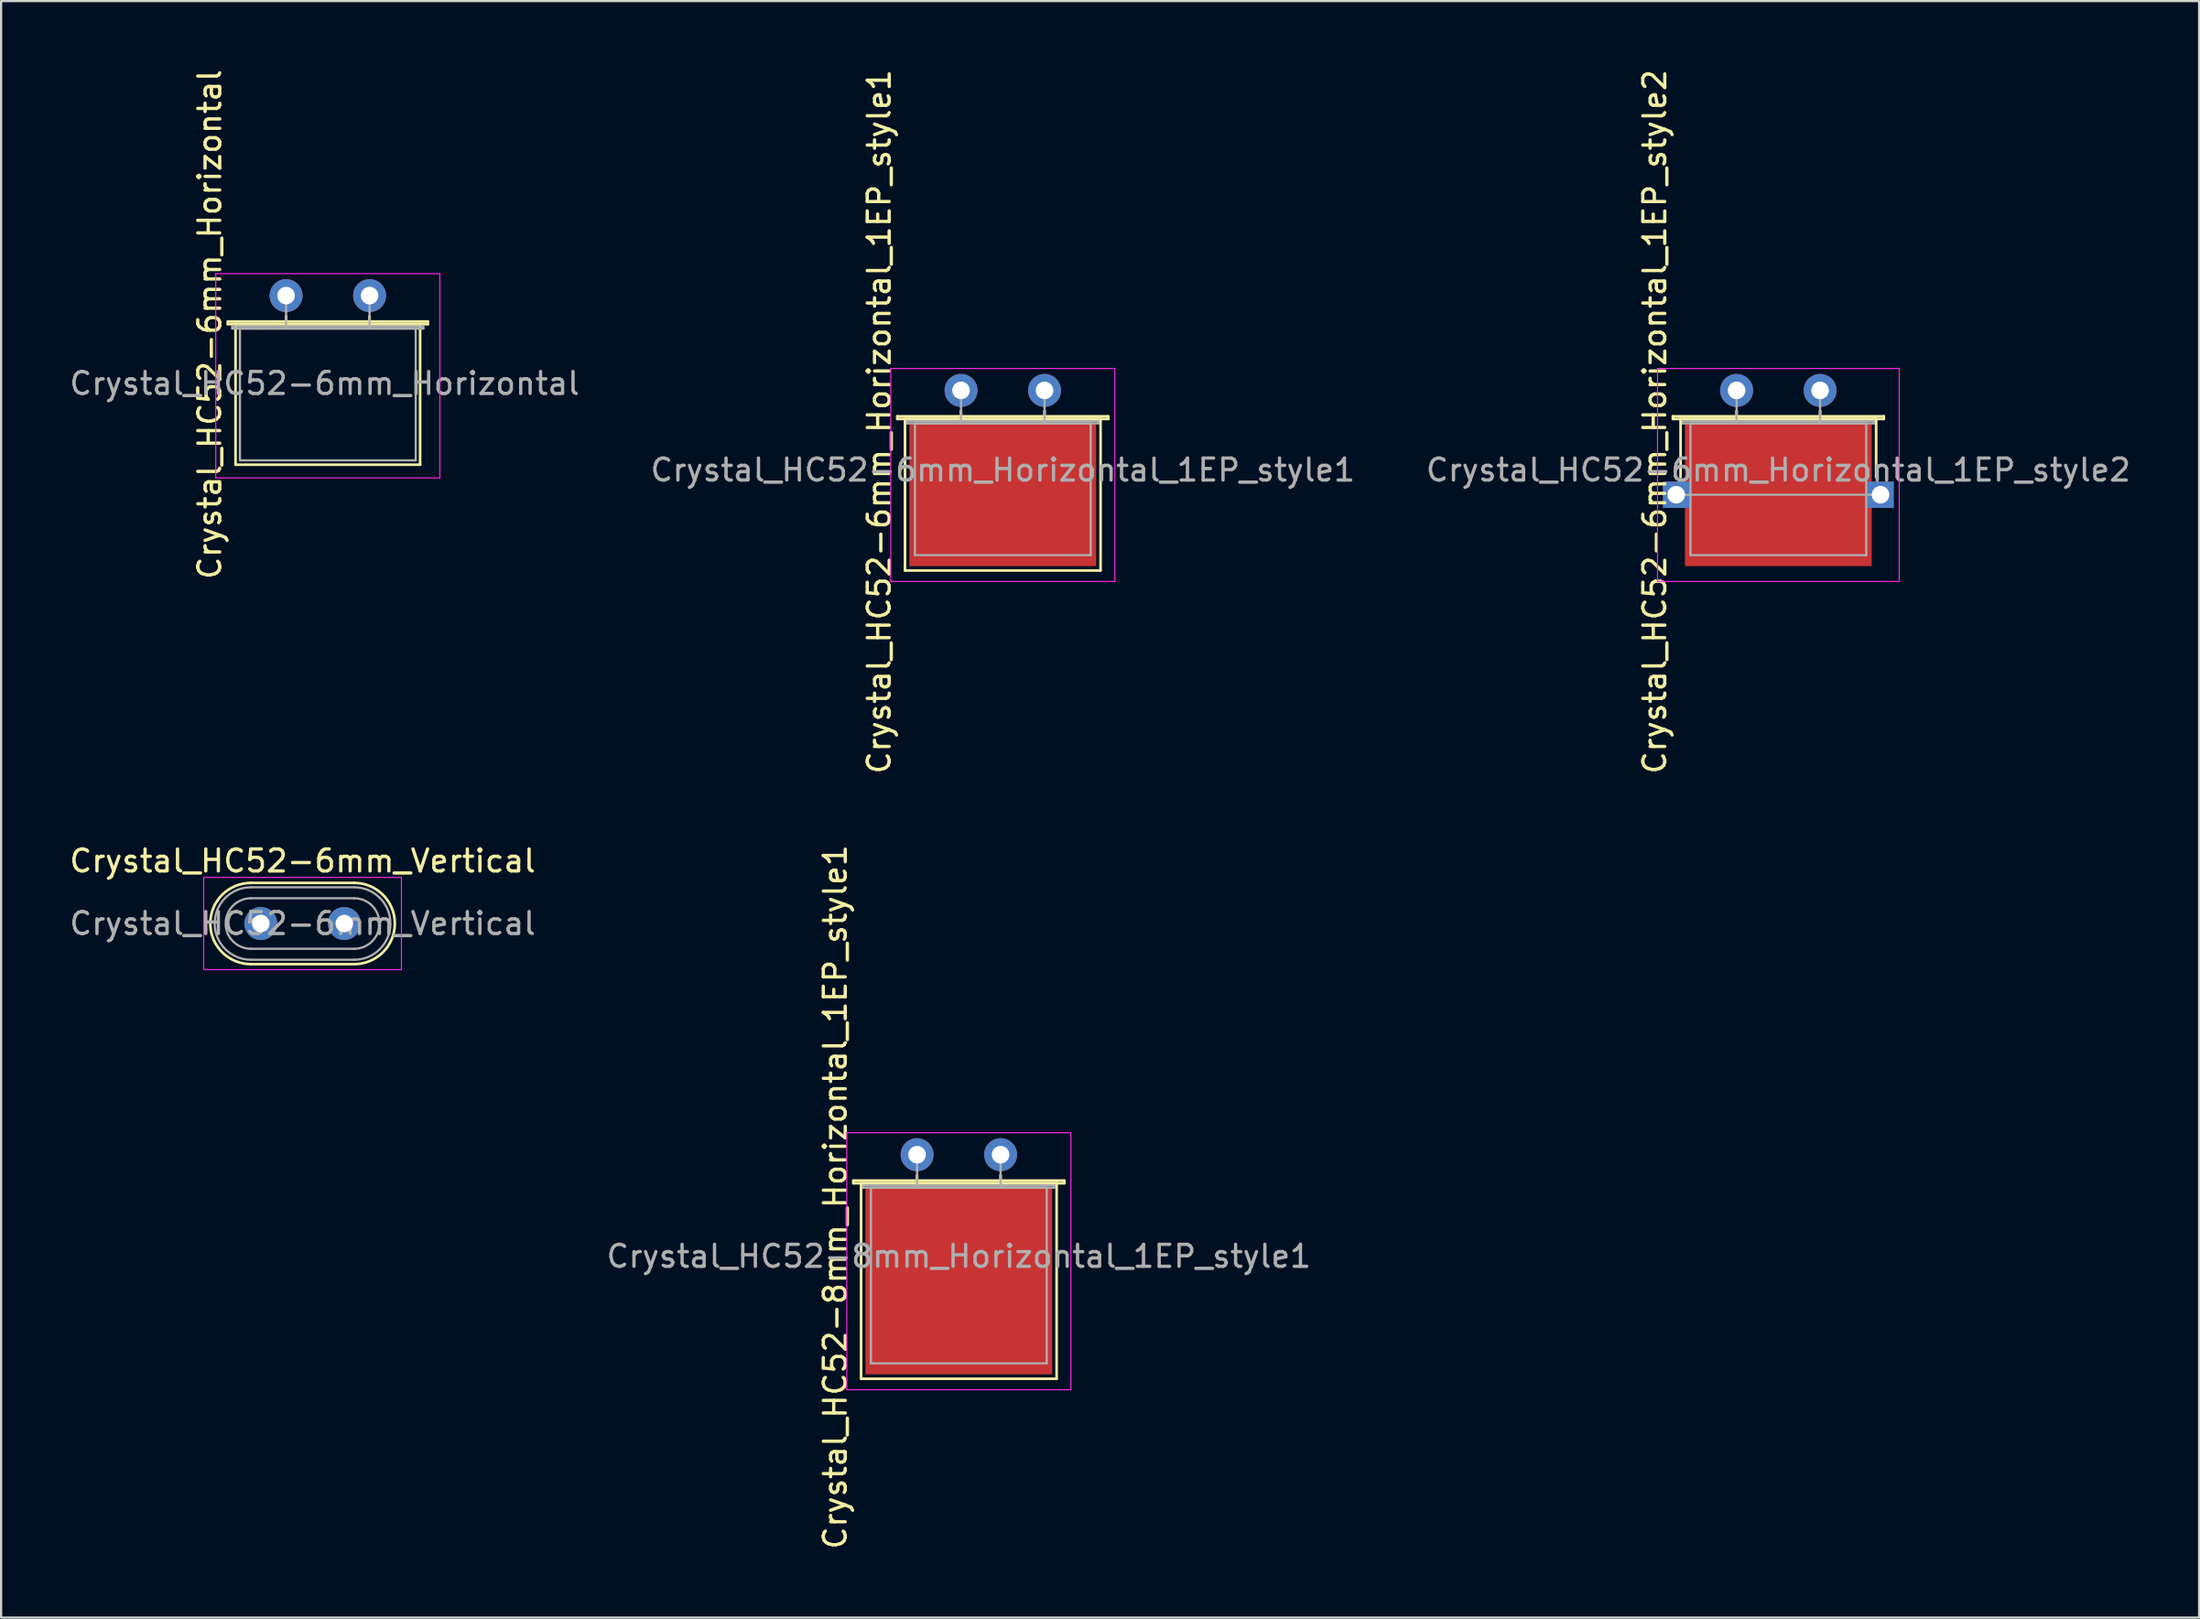
<source format=kicad_pcb>
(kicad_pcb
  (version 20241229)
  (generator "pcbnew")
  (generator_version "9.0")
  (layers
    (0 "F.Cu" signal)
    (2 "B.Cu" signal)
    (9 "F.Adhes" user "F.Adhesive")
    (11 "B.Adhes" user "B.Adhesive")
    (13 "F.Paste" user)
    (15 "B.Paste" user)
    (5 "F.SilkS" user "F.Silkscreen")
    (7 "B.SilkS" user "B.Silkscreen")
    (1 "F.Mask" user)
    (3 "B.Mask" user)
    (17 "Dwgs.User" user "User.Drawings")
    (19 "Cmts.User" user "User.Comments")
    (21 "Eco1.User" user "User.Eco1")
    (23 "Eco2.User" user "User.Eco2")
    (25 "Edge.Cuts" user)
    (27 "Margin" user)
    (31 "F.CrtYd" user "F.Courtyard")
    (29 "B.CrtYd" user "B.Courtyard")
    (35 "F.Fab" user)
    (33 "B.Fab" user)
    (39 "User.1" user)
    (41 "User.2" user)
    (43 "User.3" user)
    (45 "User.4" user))
  (footprint "Crystal_HC52-6mm_Horizontal_1EP_style2"
    (layer "F.Cu")
    (at 75.987 14.724)
    (property "Reference" "Crystal_HC52-6mm_Horizontal_1EP_style2" (at -3.725 1.425 90) (layer "F.SilkS") (effects (font (size 1 1) (thickness 0.15))))
    (attr through_hole)
    (fp_line (start -2.9 1.18) (end 6.7 1.18) (stroke (width 0.12) (type solid)) (layer "F.SilkS"))
    (fp_line (start -2.9 1.3) (end -2.9 1.18) (stroke (width 0.12) (type solid)) (layer "F.SilkS"))
    (fp_line (start -2.55 1.3) (end 6.35 1.3) (stroke (width 0.12) (type solid)) (layer "F.SilkS"))
    (fp_line (start -2.55 3.95) (end -2.55 1.3) (stroke (width 0.12) (type solid)) (layer "F.SilkS"))
    (fp_line (start 0 0.95) (end 0 0.95) (stroke (width 0.12) (type solid)) (layer "F.SilkS"))
    (fp_line (start 0 1.3) (end 0 0.95) (stroke (width 0.12) (type solid)) (layer "F.SilkS"))
    (fp_line (start 3.8 0.95) (end 3.8 0.95) (stroke (width 0.12) (type solid)) (layer "F.SilkS"))
    (fp_line (start 3.8 1.3) (end 3.8 0.95) (stroke (width 0.12) (type solid)) (layer "F.SilkS"))
    (fp_line (start 6.35 1.3) (end 6.35 3.95) (stroke (width 0.12) (type solid)) (layer "F.SilkS"))
    (fp_line (start 6.7 1.18) (end 6.7 1.3) (stroke (width 0.12) (type solid)) (layer "F.SilkS"))
    (fp_line (start 6.7 1.3) (end -2.9 1.3) (stroke (width 0.12) (type solid)) (layer "F.SilkS"))
    (fp_line (start -3.6 -1) (end -3.6 8.7) (stroke (width 0.05) (type solid)) (layer "F.CrtYd"))
    (fp_line (start -3.6 8.7) (end 7.4 8.7) (stroke (width 0.05) (type solid)) (layer "F.CrtYd"))
    (fp_line (start 7.4 -1) (end -3.6 -1) (stroke (width 0.05) (type solid)) (layer "F.CrtYd"))
    (fp_line (start 7.4 8.7) (end 7.4 -1) (stroke (width 0.05) (type solid)) (layer "F.CrtYd"))
    (fp_line (start -2.75 4.75) (end 6.55 4.75) (stroke (width 0.1) (type solid)) (layer "F.Fab"))
    (fp_line (start -2.45 1.4) (end 6.25 1.4) (stroke (width 0.1) (type solid)) (layer "F.Fab"))
    (fp_line (start -2.45 1.5) (end -2.45 1.4) (stroke (width 0.1) (type solid)) (layer "F.Fab"))
    (fp_line (start -2.1 1.5) (end -2.1 7.5) (stroke (width 0.1) (type solid)) (layer "F.Fab"))
    (fp_line (start -2.1 7.5) (end 5.9 7.5) (stroke (width 0.1) (type solid)) (layer "F.Fab"))
    (fp_line (start 0 0.75) (end 0 0) (stroke (width 0.1) (type solid)) (layer "F.Fab"))
    (fp_line (start 0 1.5) (end 0 0.75) (stroke (width 0.1) (type solid)) (layer "F.Fab"))
    (fp_line (start 3.8 0.75) (end 3.8 0) (stroke (width 0.1) (type solid)) (layer "F.Fab"))
    (fp_line (start 3.8 1.5) (end 3.8 0.75) (stroke (width 0.1) (type solid)) (layer "F.Fab"))
    (fp_line (start 5.9 1.5) (end -2.1 1.5) (stroke (width 0.1) (type solid)) (layer "F.Fab"))
    (fp_line (start 5.9 7.5) (end 5.9 1.5) (stroke (width 0.1) (type solid)) (layer "F.Fab"))
    (fp_line (start 6.25 1.4) (end 6.25 1.5) (stroke (width 0.1) (type solid)) (layer "F.Fab"))
    (fp_line (start 6.25 1.5) (end -2.45 1.5) (stroke (width 0.1) (type solid)) (layer "F.Fab"))
    (fp_text user "${REFERENCE}" (at 1.9 3.625 0) (layer "F.Fab") (effects (font (size 1 1) (thickness 0.15))))
    (pad "1" thru_hole circle (at 0 0) (size 1.5 1.5) (drill 0.8) (layers "*.Cu" "*.Mask"))
    (pad "2" thru_hole circle (at 3.8 0) (size 1.5 1.5) (drill 0.8) (layers "*.Cu" "*.Mask"))
    (pad "3" thru_hole rect (at -2.75 4.75) (size 1.2 1.2) (drill 0.8) (layers "*.Cu" "*.Mask"))
    (pad "3" smd rect (at 1.9 4.75) (size 8.5 6.5) (layers "F.Cu" "F.Mask" "F.Paste"))
    (pad "3" thru_hole rect (at 6.55 4.75) (size 1.2 1.2) (drill 0.8) (layers "*.Cu" "*.Mask")))
  (footprint "Crystal_HC52-6mm_Vertical"
    (layer "F.Cu")
    (at 8.82 38.996)
    (property "Reference" "Crystal_HC52-6mm_Vertical" (at 1.9 -2.85 0) (layer "F.SilkS") (effects (font (size 1 1) (thickness 0.15))))
    (attr through_hole)
    (fp_line (start -0.45 -1.85) (end 4.25 -1.85) (stroke (width 0.12) (type solid)) (layer "F.SilkS"))
    (fp_line (start -0.45 1.85) (end 4.25 1.85) (stroke (width 0.12) (type solid)) (layer "F.SilkS"))
    (fp_arc (start -0.45 1.85) (mid -2.3 0) (end -0.45 -1.85) (stroke (width 0.12) (type solid)) (layer "F.SilkS"))
    (fp_arc (start 4.25 -1.85) (mid 6.1 0) (end 4.25 1.85) (stroke (width 0.12) (type solid)) (layer "F.SilkS"))
    (fp_line (start -2.6 -2.1) (end -2.6 2.1) (stroke (width 0.05) (type solid)) (layer "F.CrtYd"))
    (fp_line (start -2.6 2.1) (end 6.4 2.1) (stroke (width 0.05) (type solid)) (layer "F.CrtYd"))
    (fp_line (start 6.4 -2.1) (end -2.6 -2.1) (stroke (width 0.05) (type solid)) (layer "F.CrtYd"))
    (fp_line (start 6.4 2.1) (end 6.4 -2.1) (stroke (width 0.05) (type solid)) (layer "F.CrtYd"))
    (fp_line (start -0.45 -1.65) (end 4.25 -1.65) (stroke (width 0.1) (type solid)) (layer "F.Fab"))
    (fp_line (start -0.45 -1.15) (end 4.25 -1.15) (stroke (width 0.1) (type solid)) (layer "F.Fab"))
    (fp_line (start -0.45 1.15) (end 4.25 1.15) (stroke (width 0.1) (type solid)) (layer "F.Fab"))
    (fp_line (start -0.45 1.65) (end 4.25 1.65) (stroke (width 0.1) (type solid)) (layer "F.Fab"))
    (fp_arc (start -0.45 1.15) (mid -1.6 0) (end -0.45 -1.15) (stroke (width 0.1) (type solid)) (layer "F.Fab"))
    (fp_arc (start -0.45 1.65) (mid -2.1 0) (end -0.45 -1.65) (stroke (width 0.1) (type solid)) (layer "F.Fab"))
    (fp_arc (start 4.25 -1.65) (mid 5.9 0) (end 4.25 1.65) (stroke (width 0.1) (type solid)) (layer "F.Fab"))
    (fp_arc (start 4.25 -1.15) (mid 5.4 0) (end 4.25 1.15) (stroke (width 0.1) (type solid)) (layer "F.Fab"))
    (fp_text user "${REFERENCE}" (at 1.9 0 0) (layer "F.Fab") (effects (font (size 1 1) (thickness 0.15))))
    (pad "1" thru_hole circle (at 0 0) (size 1.5 1.5) (drill 0.8) (layers "*.Cu" "*.Mask"))
    (pad "2" thru_hole circle (at 3.8 0) (size 1.5 1.5) (drill 0.8) (layers "*.Cu" "*.Mask")))
  (footprint "Crystal_HC52-8mm_Horizontal_1EP_style1"
    (layer "F.Cu")
    (at 38.689 49.521)
    (property "Reference" "Crystal_HC52-8mm_Horizontal_1EP_style1" (at -3.725 1.925 90) (layer "F.SilkS") (effects (font (size 1 1) (thickness 0.15))))
    (attr through_hole)
    (fp_line (start -2.9 1.18) (end 6.7 1.18) (stroke (width 0.12) (type solid)) (layer "F.SilkS"))
    (fp_line (start -2.9 1.3) (end -2.9 1.18) (stroke (width 0.12) (type solid)) (layer "F.SilkS"))
    (fp_line (start -2.55 1.3) (end -2.55 10.2) (stroke (width 0.12) (type solid)) (layer "F.SilkS"))
    (fp_line (start -2.55 10.2) (end 6.35 10.2) (stroke (width 0.12) (type solid)) (layer "F.SilkS"))
    (fp_line (start 0 0.95) (end 0 0.95) (stroke (width 0.12) (type solid)) (layer "F.SilkS"))
    (fp_line (start 0 1.3) (end 0 0.95) (stroke (width 0.12) (type solid)) (layer "F.SilkS"))
    (fp_line (start 3.8 0.95) (end 3.8 0.95) (stroke (width 0.12) (type solid)) (layer "F.SilkS"))
    (fp_line (start 3.8 1.3) (end 3.8 0.95) (stroke (width 0.12) (type solid)) (layer "F.SilkS"))
    (fp_line (start 6.35 1.3) (end -2.55 1.3) (stroke (width 0.12) (type solid)) (layer "F.SilkS"))
    (fp_line (start 6.35 10.2) (end 6.35 1.3) (stroke (width 0.12) (type solid)) (layer "F.SilkS"))
    (fp_line (start 6.7 1.18) (end 6.7 1.3) (stroke (width 0.12) (type solid)) (layer "F.SilkS"))
    (fp_line (start 6.7 1.3) (end -2.9 1.3) (stroke (width 0.12) (type solid)) (layer "F.SilkS"))
    (fp_line (start -3.2 -1) (end -3.2 10.7) (stroke (width 0.05) (type solid)) (layer "F.CrtYd"))
    (fp_line (start -3.2 10.7) (end 7 10.7) (stroke (width 0.05) (type solid)) (layer "F.CrtYd"))
    (fp_line (start 7 -1) (end -3.2 -1) (stroke (width 0.05) (type solid)) (layer "F.CrtYd"))
    (fp_line (start 7 10.7) (end 7 -1) (stroke (width 0.05) (type solid)) (layer "F.CrtYd"))
    (fp_line (start -2.45 1.4) (end 6.25 1.4) (stroke (width 0.1) (type solid)) (layer "F.Fab"))
    (fp_line (start -2.45 1.5) (end -2.45 1.4) (stroke (width 0.1) (type solid)) (layer "F.Fab"))
    (fp_line (start -2.1 1.5) (end -2.1 9.5) (stroke (width 0.1) (type solid)) (layer "F.Fab"))
    (fp_line (start -2.1 9.5) (end 5.9 9.5) (stroke (width 0.1) (type solid)) (layer "F.Fab"))
    (fp_line (start 0 0.75) (end 0 0) (stroke (width 0.1) (type solid)) (layer "F.Fab"))
    (fp_line (start 0 1.5) (end 0 0.75) (stroke (width 0.1) (type solid)) (layer "F.Fab"))
    (fp_line (start 3.8 0.75) (end 3.8 0) (stroke (width 0.1) (type solid)) (layer "F.Fab"))
    (fp_line (start 3.8 1.5) (end 3.8 0.75) (stroke (width 0.1) (type solid)) (layer "F.Fab"))
    (fp_line (start 5.9 1.5) (end -2.1 1.5) (stroke (width 0.1) (type solid)) (layer "F.Fab"))
    (fp_line (start 5.9 9.5) (end 5.9 1.5) (stroke (width 0.1) (type solid)) (layer "F.Fab"))
    (fp_line (start 6.25 1.4) (end 6.25 1.5) (stroke (width 0.1) (type solid)) (layer "F.Fab"))
    (fp_line (start 6.25 1.5) (end -2.45 1.5) (stroke (width 0.1) (type solid)) (layer "F.Fab"))
    (fp_text user "${REFERENCE}" (at 1.9 4.625 0) (layer "F.Fab") (effects (font (size 1 1) (thickness 0.15))))
    (pad "1" thru_hole circle (at 0 0) (size 1.5 1.5) (drill 0.8) (layers "*.Cu" "*.Mask"))
    (pad "2" thru_hole circle (at 3.8 0) (size 1.5 1.5) (drill 0.8) (layers "*.Cu" "*.Mask"))
    (pad "3" smd rect (at 1.9 5.75) (size 8.5 8.5) (layers "F.Cu" "F.Mask" "F.Paste")))
  (footprint "Crystal_HC52-6mm_Horizontal"
    (layer "F.Cu")
    (at 9.97 10.408)
    (property "Reference" "Crystal_HC52-6mm_Horizontal" (at -3.475 1.312 90) (layer "F.SilkS") (effects (font (size 1 1) (thickness 0.15))))
    (attr through_hole)
    (fp_line (start -2.65 1.18) (end 6.45 1.18) (stroke (width 0.12) (type solid)) (layer "F.SilkS"))
    (fp_line (start -2.65 1.3) (end -2.65 1.18) (stroke (width 0.12) (type solid)) (layer "F.SilkS"))
    (fp_line (start -2.3 1.3) (end -2.3 7.7) (stroke (width 0.12) (type solid)) (layer "F.SilkS"))
    (fp_line (start -2.3 7.7) (end 6.1 7.7) (stroke (width 0.12) (type solid)) (layer "F.SilkS"))
    (fp_line (start 0 0.95) (end 0 0.95) (stroke (width 0.12) (type solid)) (layer "F.SilkS"))
    (fp_line (start 0 1.3) (end 0 0.95) (stroke (width 0.12) (type solid)) (layer "F.SilkS"))
    (fp_line (start 3.8 0.95) (end 3.8 0.95) (stroke (width 0.12) (type solid)) (layer "F.SilkS"))
    (fp_line (start 3.8 1.3) (end 3.8 0.95) (stroke (width 0.12) (type solid)) (layer "F.SilkS"))
    (fp_line (start 6.1 1.3) (end -2.3 1.3) (stroke (width 0.12) (type solid)) (layer "F.SilkS"))
    (fp_line (start 6.1 7.7) (end 6.1 1.3) (stroke (width 0.12) (type solid)) (layer "F.SilkS"))
    (fp_line (start 6.45 1.18) (end 6.45 1.3) (stroke (width 0.12) (type solid)) (layer "F.SilkS"))
    (fp_line (start 6.45 1.3) (end -2.65 1.3) (stroke (width 0.12) (type solid)) (layer "F.SilkS"))
    (fp_line (start -3.2 -1) (end -3.2 8.3) (stroke (width 0.05) (type solid)) (layer "F.CrtYd"))
    (fp_line (start -3.2 8.3) (end 7 8.3) (stroke (width 0.05) (type solid)) (layer "F.CrtYd"))
    (fp_line (start 7 -1) (end -3.2 -1) (stroke (width 0.05) (type solid)) (layer "F.CrtYd"))
    (fp_line (start 7 8.3) (end 7 -1) (stroke (width 0.05) (type solid)) (layer "F.CrtYd"))
    (fp_line (start -2.45 1.4) (end 6.25 1.4) (stroke (width 0.1) (type solid)) (layer "F.Fab"))
    (fp_line (start -2.45 1.5) (end -2.45 1.4) (stroke (width 0.1) (type solid)) (layer "F.Fab"))
    (fp_line (start -2.1 1.5) (end -2.1 7.5) (stroke (width 0.1) (type solid)) (layer "F.Fab"))
    (fp_line (start -2.1 7.5) (end 5.9 7.5) (stroke (width 0.1) (type solid)) (layer "F.Fab"))
    (fp_line (start 0 0.75) (end 0 0) (stroke (width 0.1) (type solid)) (layer "F.Fab"))
    (fp_line (start 0 1.5) (end 0 0.75) (stroke (width 0.1) (type solid)) (layer "F.Fab"))
    (fp_line (start 3.8 0.75) (end 3.8 0) (stroke (width 0.1) (type solid)) (layer "F.Fab"))
    (fp_line (start 3.8 1.5) (end 3.8 0.75) (stroke (width 0.1) (type solid)) (layer "F.Fab"))
    (fp_line (start 5.9 1.5) (end -2.1 1.5) (stroke (width 0.1) (type solid)) (layer "F.Fab"))
    (fp_line (start 5.9 7.5) (end 5.9 1.5) (stroke (width 0.1) (type solid)) (layer "F.Fab"))
    (fp_line (start 6.25 1.4) (end 6.25 1.5) (stroke (width 0.1) (type solid)) (layer "F.Fab"))
    (fp_line (start 6.25 1.5) (end -2.45 1.5) (stroke (width 0.1) (type solid)) (layer "F.Fab"))
    (fp_text user "${REFERENCE}" (at 1.75 4 0) (layer "F.Fab") (effects (font (size 1 1) (thickness 0.15))))
    (pad "1" thru_hole circle (at 0 0) (size 1.5 1.5) (drill 0.8) (layers "*.Cu" "*.Mask"))
    (pad "2" thru_hole circle (at 3.8 0) (size 1.5 1.5) (drill 0.8) (layers "*.Cu" "*.Mask")))
  (footprint "Crystal_HC52-6mm_Horizontal_1EP_style1"
    (layer "F.Cu")
    (at 40.689 14.724)
    (property "Reference" "Crystal_HC52-6mm_Horizontal_1EP_style1" (at -3.725 1.425 90) (layer "F.SilkS") (effects (font (size 1 1) (thickness 0.15))))
    (attr through_hole)
    (fp_line (start -2.9 1.18) (end 6.7 1.18) (stroke (width 0.12) (type solid)) (layer "F.SilkS"))
    (fp_line (start -2.9 1.3) (end -2.9 1.18) (stroke (width 0.12) (type solid)) (layer "F.SilkS"))
    (fp_line (start -2.55 1.3) (end -2.55 8.2) (stroke (width 0.12) (type solid)) (layer "F.SilkS"))
    (fp_line (start -2.55 8.2) (end 6.35 8.2) (stroke (width 0.12) (type solid)) (layer "F.SilkS"))
    (fp_line (start 0 0.95) (end 0 0.95) (stroke (width 0.12) (type solid)) (layer "F.SilkS"))
    (fp_line (start 0 1.3) (end 0 0.95) (stroke (width 0.12) (type solid)) (layer "F.SilkS"))
    (fp_line (start 3.8 0.95) (end 3.8 0.95) (stroke (width 0.12) (type solid)) (layer "F.SilkS"))
    (fp_line (start 3.8 1.3) (end 3.8 0.95) (stroke (width 0.12) (type solid)) (layer "F.SilkS"))
    (fp_line (start 6.35 1.3) (end -2.55 1.3) (stroke (width 0.12) (type solid)) (layer "F.SilkS"))
    (fp_line (start 6.35 8.2) (end 6.35 1.3) (stroke (width 0.12) (type solid)) (layer "F.SilkS"))
    (fp_line (start 6.7 1.18) (end 6.7 1.3) (stroke (width 0.12) (type solid)) (layer "F.SilkS"))
    (fp_line (start 6.7 1.3) (end -2.9 1.3) (stroke (width 0.12) (type solid)) (layer "F.SilkS"))
    (fp_line (start -3.2 -1) (end -3.2 8.7) (stroke (width 0.05) (type solid)) (layer "F.CrtYd"))
    (fp_line (start -3.2 8.7) (end 7 8.7) (stroke (width 0.05) (type solid)) (layer "F.CrtYd"))
    (fp_line (start 7 -1) (end -3.2 -1) (stroke (width 0.05) (type solid)) (layer "F.CrtYd"))
    (fp_line (start 7 8.7) (end 7 -1) (stroke (width 0.05) (type solid)) (layer "F.CrtYd"))
    (fp_line (start -2.45 1.4) (end 6.25 1.4) (stroke (width 0.1) (type solid)) (layer "F.Fab"))
    (fp_line (start -2.45 1.5) (end -2.45 1.4) (stroke (width 0.1) (type solid)) (layer "F.Fab"))
    (fp_line (start -2.1 1.5) (end -2.1 7.5) (stroke (width 0.1) (type solid)) (layer "F.Fab"))
    (fp_line (start -2.1 7.5) (end 5.9 7.5) (stroke (width 0.1) (type solid)) (layer "F.Fab"))
    (fp_line (start 0 0.75) (end 0 0) (stroke (width 0.1) (type solid)) (layer "F.Fab"))
    (fp_line (start 0 1.5) (end 0 0.75) (stroke (width 0.1) (type solid)) (layer "F.Fab"))
    (fp_line (start 3.8 0.75) (end 3.8 0) (stroke (width 0.1) (type solid)) (layer "F.Fab"))
    (fp_line (start 3.8 1.5) (end 3.8 0.75) (stroke (width 0.1) (type solid)) (layer "F.Fab"))
    (fp_line (start 5.9 1.5) (end -2.1 1.5) (stroke (width 0.1) (type solid)) (layer "F.Fab"))
    (fp_line (start 5.9 7.5) (end 5.9 1.5) (stroke (width 0.1) (type solid)) (layer "F.Fab"))
    (fp_line (start 6.25 1.4) (end 6.25 1.5) (stroke (width 0.1) (type solid)) (layer "F.Fab"))
    (fp_line (start 6.25 1.5) (end -2.45 1.5) (stroke (width 0.1) (type solid)) (layer "F.Fab"))
    (fp_text user "${REFERENCE}" (at 1.9 3.625 0) (layer "F.Fab") (effects (font (size 1 1) (thickness 0.15))))
    (pad "1" thru_hole circle (at 0 0) (size 1.5 1.5) (drill 0.8) (layers "*.Cu" "*.Mask"))
    (pad "2" thru_hole circle (at 3.8 0) (size 1.5 1.5) (drill 0.8) (layers "*.Cu" "*.Mask"))
    (pad "3" smd rect (at 1.9 4.75) (size 8.5 6.5) (layers "F.Cu" "F.Mask" "F.Paste")))
  (gr_rect
    (start -3 -3)
    (end 97.036 70.595)
    (stroke (width 0.1) (type default))
    (fill no)
    (layer "Edge.Cuts")))
</source>
